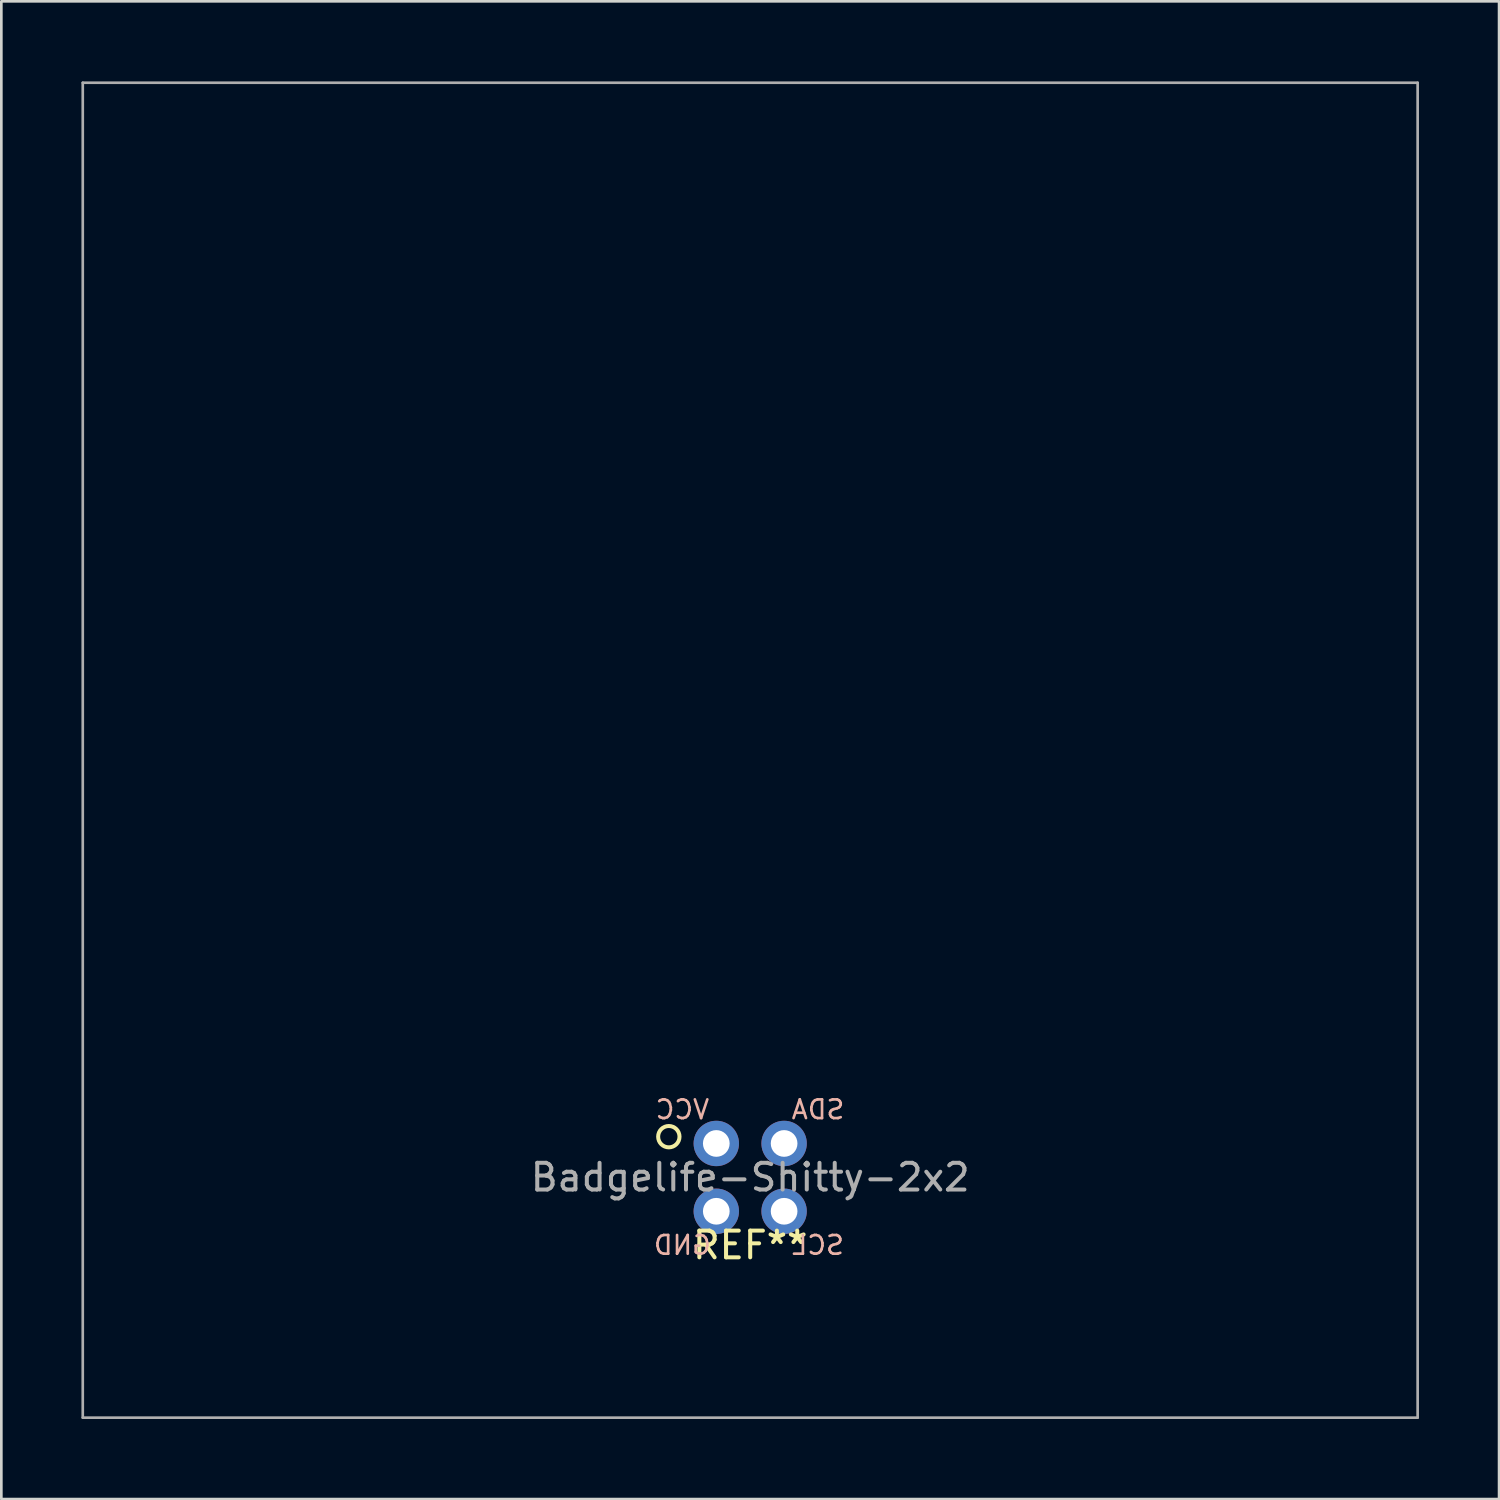
<source format=kicad_pcb>
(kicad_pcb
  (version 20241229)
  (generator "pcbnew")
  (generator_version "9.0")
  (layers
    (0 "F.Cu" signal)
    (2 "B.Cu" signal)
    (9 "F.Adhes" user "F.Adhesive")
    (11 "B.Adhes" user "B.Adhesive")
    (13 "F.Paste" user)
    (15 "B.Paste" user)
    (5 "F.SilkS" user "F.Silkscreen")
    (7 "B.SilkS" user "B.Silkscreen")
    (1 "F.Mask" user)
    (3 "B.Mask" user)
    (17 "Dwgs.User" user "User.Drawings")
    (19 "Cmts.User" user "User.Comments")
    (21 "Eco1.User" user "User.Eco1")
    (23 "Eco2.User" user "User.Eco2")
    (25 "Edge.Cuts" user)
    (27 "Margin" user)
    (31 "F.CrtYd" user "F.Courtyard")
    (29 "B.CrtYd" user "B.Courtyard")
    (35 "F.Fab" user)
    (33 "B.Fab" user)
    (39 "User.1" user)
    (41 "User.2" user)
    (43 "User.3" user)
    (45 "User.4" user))
  (footprint "Badgelife-Shitty-2x2"
    (layer "F.Cu")
    (at 25.05 41.05)
    (property "Reference" "Badgelife-Shitty-2x2" (at 0 0 0) (layer "F.Fab") (effects (font (size 1 1) (thickness 0.15))))
    (attr through_hole)
    (fp_circle (center -3.048 -1.524) (end -2.648 -1.524) (stroke (width 0.15) (type solid)) (fill no) (layer "F.SilkS"))
    (fp_line (start -25 -41) (end -25 9) (stroke (width 0.1) (type solid)) (layer "F.Fab"))
    (fp_line (start -25 -41) (end 25 -41) (stroke (width 0.1) (type solid)) (layer "F.Fab"))
    (fp_line (start -25 9) (end 25 9) (stroke (width 0.1) (type solid)) (layer "F.Fab"))
    (fp_line (start 25 -41) (end 25 9) (stroke (width 0.1) (type solid)) (layer "F.Fab"))
    (fp_text user "REF**" (at 0 2.54 0) (layer "F.SilkS") (effects (font (size 1 1) (thickness 0.15))))
    (fp_text user "SCL" (at 2.54 2.54 0) (layer "B.SilkS") (effects (font (size 0.7 0.7) (thickness 0.1)) (justify mirror)))
    (fp_text user "SDA" (at 2.54 -2.54 0) (layer "B.SilkS") (effects (font (size 0.7 0.7) (thickness 0.1)) (justify mirror)))
    (fp_text user "VCC" (at -2.54 -2.54 0) (layer "B.SilkS") (effects (font (size 0.7 0.7) (thickness 0.1)) (justify mirror)))
    (fp_text user "GND" (at -2.54 2.54 0) (layer "B.SilkS") (effects (font (size 0.7 0.7) (thickness 0.1)) (justify mirror)))
    (pad "1" thru_hole oval (at -1.27 -1.27) (size 1.7 1.7) (drill 1) (layers "*.Cu" "*.Mask"))
    (pad "2" thru_hole oval (at -1.27 1.27) (size 1.7 1.7) (drill 1) (layers "*.Cu" "*.Mask"))
    (pad "3" thru_hole oval (at 1.27 1.27) (size 1.7 1.7) (drill 1) (layers "*.Cu" "*.Mask"))
    (pad "4" thru_hole circle (at 1.27 -1.27) (size 1.7 1.7) (drill 1) (layers "*.Cu" "*.Mask")))
  (gr_rect
    (start -3 -3)
    (end 53.1 53.1)
    (stroke (width 0.1) (type default))
    (fill no)
    (layer "Edge.Cuts")))
</source>
